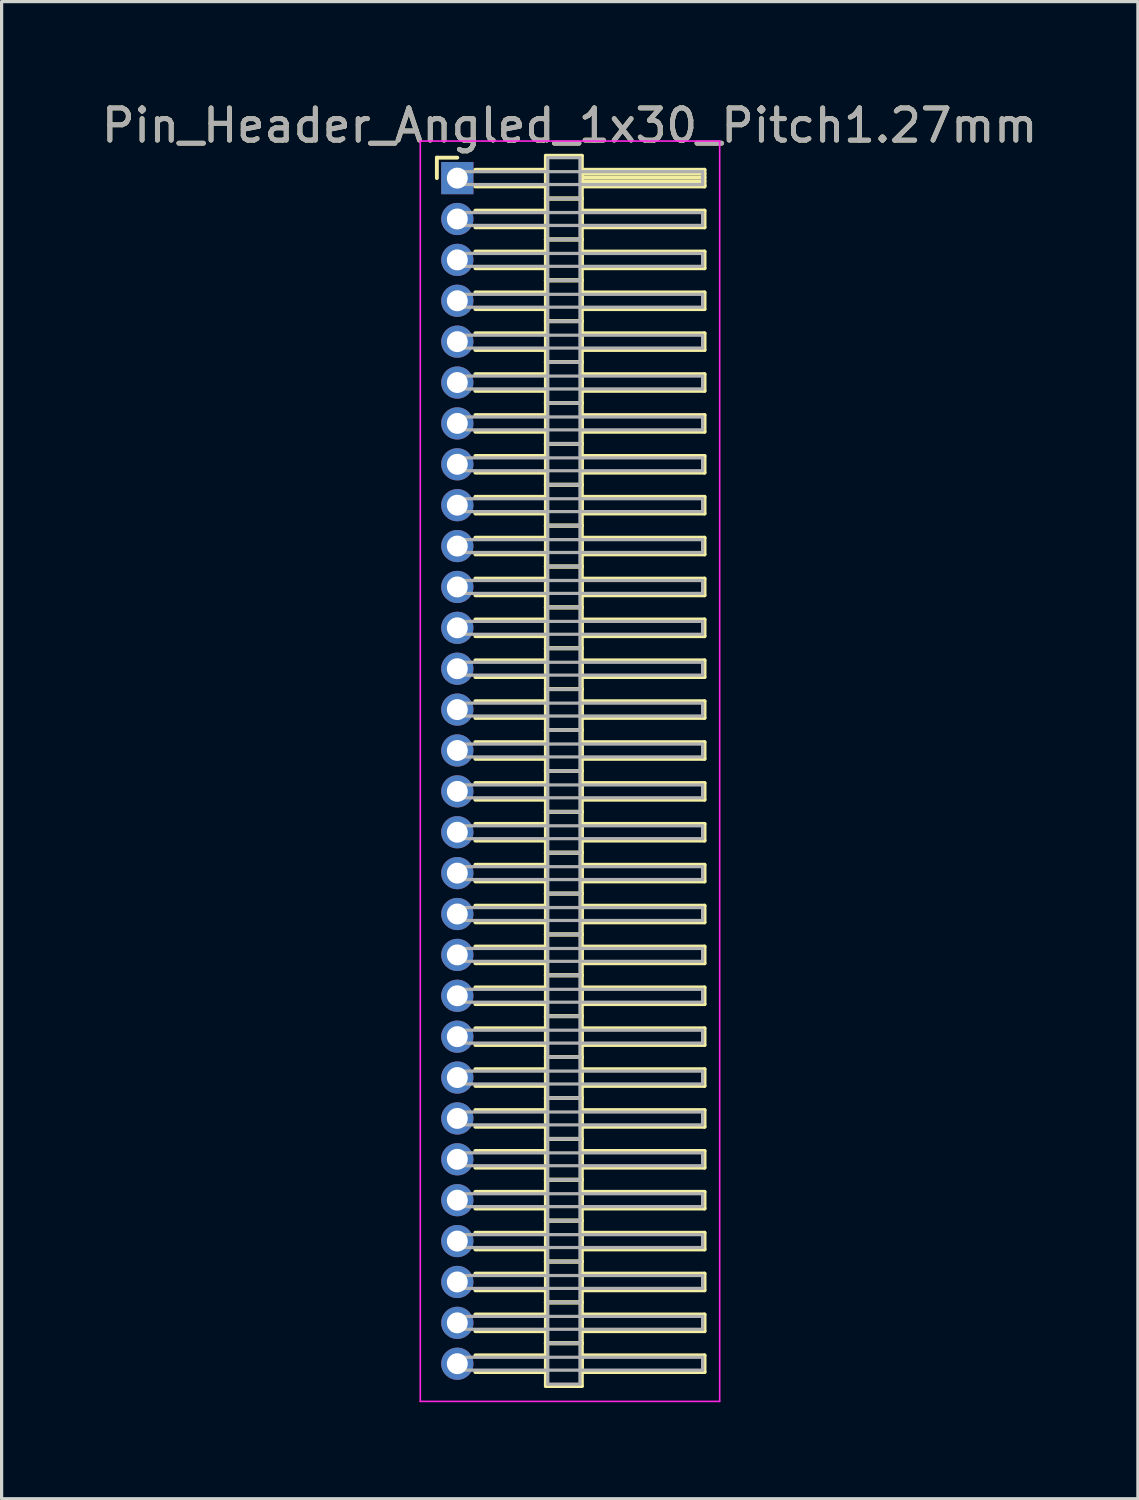
<source format=kicad_pcb>
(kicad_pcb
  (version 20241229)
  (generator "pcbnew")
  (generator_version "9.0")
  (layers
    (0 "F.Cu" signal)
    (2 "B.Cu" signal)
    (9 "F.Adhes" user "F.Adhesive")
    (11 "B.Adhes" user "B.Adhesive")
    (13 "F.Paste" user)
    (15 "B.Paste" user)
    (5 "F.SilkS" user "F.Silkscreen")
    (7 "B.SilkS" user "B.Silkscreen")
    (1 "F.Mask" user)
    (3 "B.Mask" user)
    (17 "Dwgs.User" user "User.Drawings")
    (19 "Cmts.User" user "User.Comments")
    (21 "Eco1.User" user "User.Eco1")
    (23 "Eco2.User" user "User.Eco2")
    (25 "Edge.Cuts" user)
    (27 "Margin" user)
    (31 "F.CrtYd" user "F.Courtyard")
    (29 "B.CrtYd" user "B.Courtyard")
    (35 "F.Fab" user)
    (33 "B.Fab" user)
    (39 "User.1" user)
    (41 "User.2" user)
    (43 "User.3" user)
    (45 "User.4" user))
  (footprint "Pin_Header_Angled_1x30_Pitch1.27mm"
    (layer "F.Cu")
    (at 11.156 2.483)
    (property "Reference" "Pin_Header_Angled_1x30_Pitch1.27mm" (at 3.493 -1.635 0) (layer "F.SilkS") (effects (font (size 1 1) (thickness 0.15))))
    (attr through_hole)
    (fp_line (start -0.635 -0.635) (end 0 -0.635) (stroke (width 0.12) (type solid)) (layer "F.SilkS"))
    (fp_line (start -0.635 0) (end -0.635 -0.635) (stroke (width 0.12) (type solid)) (layer "F.SilkS"))
    (fp_line (start 0.56 -0.26) (end 2.75 -0.26) (stroke (width 0.12) (type solid)) (layer "F.SilkS"))
    (fp_line (start 0.56 0.26) (end 2.75 0.26) (stroke (width 0.12) (type solid)) (layer "F.SilkS"))
    (fp_line (start 0.56 1.01) (end 2.75 1.01) (stroke (width 0.12) (type solid)) (layer "F.SilkS"))
    (fp_line (start 0.56 1.53) (end 2.75 1.53) (stroke (width 0.12) (type solid)) (layer "F.SilkS"))
    (fp_line (start 0.56 2.28) (end 2.75 2.28) (stroke (width 0.12) (type solid)) (layer "F.SilkS"))
    (fp_line (start 0.56 2.8) (end 2.75 2.8) (stroke (width 0.12) (type solid)) (layer "F.SilkS"))
    (fp_line (start 0.56 3.55) (end 2.75 3.55) (stroke (width 0.12) (type solid)) (layer "F.SilkS"))
    (fp_line (start 0.56 4.07) (end 2.75 4.07) (stroke (width 0.12) (type solid)) (layer "F.SilkS"))
    (fp_line (start 0.56 4.82) (end 2.75 4.82) (stroke (width 0.12) (type solid)) (layer "F.SilkS"))
    (fp_line (start 0.56 5.34) (end 2.75 5.34) (stroke (width 0.12) (type solid)) (layer "F.SilkS"))
    (fp_line (start 0.56 6.09) (end 2.75 6.09) (stroke (width 0.12) (type solid)) (layer "F.SilkS"))
    (fp_line (start 0.56 6.61) (end 2.75 6.61) (stroke (width 0.12) (type solid)) (layer "F.SilkS"))
    (fp_line (start 0.56 7.36) (end 2.75 7.36) (stroke (width 0.12) (type solid)) (layer "F.SilkS"))
    (fp_line (start 0.56 7.88) (end 2.75 7.88) (stroke (width 0.12) (type solid)) (layer "F.SilkS"))
    (fp_line (start 0.56 8.63) (end 2.75 8.63) (stroke (width 0.12) (type solid)) (layer "F.SilkS"))
    (fp_line (start 0.56 9.15) (end 2.75 9.15) (stroke (width 0.12) (type solid)) (layer "F.SilkS"))
    (fp_line (start 0.56 9.9) (end 2.75 9.9) (stroke (width 0.12) (type solid)) (layer "F.SilkS"))
    (fp_line (start 0.56 10.42) (end 2.75 10.42) (stroke (width 0.12) (type solid)) (layer "F.SilkS"))
    (fp_line (start 0.56 11.17) (end 2.75 11.17) (stroke (width 0.12) (type solid)) (layer "F.SilkS"))
    (fp_line (start 0.56 11.69) (end 2.75 11.69) (stroke (width 0.12) (type solid)) (layer "F.SilkS"))
    (fp_line (start 0.56 12.44) (end 2.75 12.44) (stroke (width 0.12) (type solid)) (layer "F.SilkS"))
    (fp_line (start 0.56 12.96) (end 2.75 12.96) (stroke (width 0.12) (type solid)) (layer "F.SilkS"))
    (fp_line (start 0.56 13.71) (end 2.75 13.71) (stroke (width 0.12) (type solid)) (layer "F.SilkS"))
    (fp_line (start 0.56 14.23) (end 2.75 14.23) (stroke (width 0.12) (type solid)) (layer "F.SilkS"))
    (fp_line (start 0.56 14.98) (end 2.75 14.98) (stroke (width 0.12) (type solid)) (layer "F.SilkS"))
    (fp_line (start 0.56 15.5) (end 2.75 15.5) (stroke (width 0.12) (type solid)) (layer "F.SilkS"))
    (fp_line (start 0.56 16.25) (end 2.75 16.25) (stroke (width 0.12) (type solid)) (layer "F.SilkS"))
    (fp_line (start 0.56 16.77) (end 2.75 16.77) (stroke (width 0.12) (type solid)) (layer "F.SilkS"))
    (fp_line (start 0.56 17.52) (end 2.75 17.52) (stroke (width 0.12) (type solid)) (layer "F.SilkS"))
    (fp_line (start 0.56 18.04) (end 2.75 18.04) (stroke (width 0.12) (type solid)) (layer "F.SilkS"))
    (fp_line (start 0.56 18.79) (end 2.75 18.79) (stroke (width 0.12) (type solid)) (layer "F.SilkS"))
    (fp_line (start 0.56 19.31) (end 2.75 19.31) (stroke (width 0.12) (type solid)) (layer "F.SilkS"))
    (fp_line (start 0.56 20.06) (end 2.75 20.06) (stroke (width 0.12) (type solid)) (layer "F.SilkS"))
    (fp_line (start 0.56 20.58) (end 2.75 20.58) (stroke (width 0.12) (type solid)) (layer "F.SilkS"))
    (fp_line (start 0.56 21.33) (end 2.75 21.33) (stroke (width 0.12) (type solid)) (layer "F.SilkS"))
    (fp_line (start 0.56 21.85) (end 2.75 21.85) (stroke (width 0.12) (type solid)) (layer "F.SilkS"))
    (fp_line (start 0.56 22.6) (end 2.75 22.6) (stroke (width 0.12) (type solid)) (layer "F.SilkS"))
    (fp_line (start 0.56 23.12) (end 2.75 23.12) (stroke (width 0.12) (type solid)) (layer "F.SilkS"))
    (fp_line (start 0.56 23.87) (end 2.75 23.87) (stroke (width 0.12) (type solid)) (layer "F.SilkS"))
    (fp_line (start 0.56 24.39) (end 2.75 24.39) (stroke (width 0.12) (type solid)) (layer "F.SilkS"))
    (fp_line (start 0.56 25.14) (end 2.75 25.14) (stroke (width 0.12) (type solid)) (layer "F.SilkS"))
    (fp_line (start 0.56 25.66) (end 2.75 25.66) (stroke (width 0.12) (type solid)) (layer "F.SilkS"))
    (fp_line (start 0.56 26.41) (end 2.75 26.41) (stroke (width 0.12) (type solid)) (layer "F.SilkS"))
    (fp_line (start 0.56 26.93) (end 2.75 26.93) (stroke (width 0.12) (type solid)) (layer "F.SilkS"))
    (fp_line (start 0.56 27.68) (end 2.75 27.68) (stroke (width 0.12) (type solid)) (layer "F.SilkS"))
    (fp_line (start 0.56 28.2) (end 2.75 28.2) (stroke (width 0.12) (type solid)) (layer "F.SilkS"))
    (fp_line (start 0.56 28.95) (end 2.75 28.95) (stroke (width 0.12) (type solid)) (layer "F.SilkS"))
    (fp_line (start 0.56 29.47) (end 2.75 29.47) (stroke (width 0.12) (type solid)) (layer "F.SilkS"))
    (fp_line (start 0.56 30.22) (end 2.75 30.22) (stroke (width 0.12) (type solid)) (layer "F.SilkS"))
    (fp_line (start 0.56 30.74) (end 2.75 30.74) (stroke (width 0.12) (type solid)) (layer "F.SilkS"))
    (fp_line (start 0.56 31.49) (end 2.75 31.49) (stroke (width 0.12) (type solid)) (layer "F.SilkS"))
    (fp_line (start 0.56 32.01) (end 2.75 32.01) (stroke (width 0.12) (type solid)) (layer "F.SilkS"))
    (fp_line (start 0.56 32.76) (end 2.75 32.76) (stroke (width 0.12) (type solid)) (layer "F.SilkS"))
    (fp_line (start 0.56 33.28) (end 2.75 33.28) (stroke (width 0.12) (type solid)) (layer "F.SilkS"))
    (fp_line (start 0.56 34.03) (end 2.75 34.03) (stroke (width 0.12) (type solid)) (layer "F.SilkS"))
    (fp_line (start 0.56 34.55) (end 2.75 34.55) (stroke (width 0.12) (type solid)) (layer "F.SilkS"))
    (fp_line (start 0.56 35.3) (end 2.75 35.3) (stroke (width 0.12) (type solid)) (layer "F.SilkS"))
    (fp_line (start 0.56 35.82) (end 2.75 35.82) (stroke (width 0.12) (type solid)) (layer "F.SilkS"))
    (fp_line (start 0.56 36.57) (end 2.75 36.57) (stroke (width 0.12) (type solid)) (layer "F.SilkS"))
    (fp_line (start 0.56 37.09) (end 2.75 37.09) (stroke (width 0.12) (type solid)) (layer "F.SilkS"))
    (fp_line (start 2.75 -0.695) (end 2.75 0.635) (stroke (width 0.12) (type solid)) (layer "F.SilkS"))
    (fp_line (start 2.75 0.635) (end 2.75 1.905) (stroke (width 0.12) (type solid)) (layer "F.SilkS"))
    (fp_line (start 2.75 0.635) (end 3.87 0.635) (stroke (width 0.12) (type solid)) (layer "F.SilkS"))
    (fp_line (start 2.75 1.905) (end 2.75 3.175) (stroke (width 0.12) (type solid)) (layer "F.SilkS"))
    (fp_line (start 2.75 1.905) (end 3.87 1.905) (stroke (width 0.12) (type solid)) (layer "F.SilkS"))
    (fp_line (start 2.75 3.175) (end 2.75 4.445) (stroke (width 0.12) (type solid)) (layer "F.SilkS"))
    (fp_line (start 2.75 3.175) (end 3.87 3.175) (stroke (width 0.12) (type solid)) (layer "F.SilkS"))
    (fp_line (start 2.75 4.445) (end 2.75 5.715) (stroke (width 0.12) (type solid)) (layer "F.SilkS"))
    (fp_line (start 2.75 4.445) (end 3.87 4.445) (stroke (width 0.12) (type solid)) (layer "F.SilkS"))
    (fp_line (start 2.75 5.715) (end 2.75 6.985) (stroke (width 0.12) (type solid)) (layer "F.SilkS"))
    (fp_line (start 2.75 5.715) (end 3.87 5.715) (stroke (width 0.12) (type solid)) (layer "F.SilkS"))
    (fp_line (start 2.75 6.985) (end 2.75 8.255) (stroke (width 0.12) (type solid)) (layer "F.SilkS"))
    (fp_line (start 2.75 6.985) (end 3.87 6.985) (stroke (width 0.12) (type solid)) (layer "F.SilkS"))
    (fp_line (start 2.75 8.255) (end 2.75 9.525) (stroke (width 0.12) (type solid)) (layer "F.SilkS"))
    (fp_line (start 2.75 8.255) (end 3.87 8.255) (stroke (width 0.12) (type solid)) (layer "F.SilkS"))
    (fp_line (start 2.75 9.525) (end 2.75 10.795) (stroke (width 0.12) (type solid)) (layer "F.SilkS"))
    (fp_line (start 2.75 9.525) (end 3.87 9.525) (stroke (width 0.12) (type solid)) (layer "F.SilkS"))
    (fp_line (start 2.75 10.795) (end 2.75 12.065) (stroke (width 0.12) (type solid)) (layer "F.SilkS"))
    (fp_line (start 2.75 10.795) (end 3.87 10.795) (stroke (width 0.12) (type solid)) (layer "F.SilkS"))
    (fp_line (start 2.75 12.065) (end 2.75 13.335) (stroke (width 0.12) (type solid)) (layer "F.SilkS"))
    (fp_line (start 2.75 12.065) (end 3.87 12.065) (stroke (width 0.12) (type solid)) (layer "F.SilkS"))
    (fp_line (start 2.75 13.335) (end 2.75 14.605) (stroke (width 0.12) (type solid)) (layer "F.SilkS"))
    (fp_line (start 2.75 13.335) (end 3.87 13.335) (stroke (width 0.12) (type solid)) (layer "F.SilkS"))
    (fp_line (start 2.75 14.605) (end 2.75 15.875) (stroke (width 0.12) (type solid)) (layer "F.SilkS"))
    (fp_line (start 2.75 14.605) (end 3.87 14.605) (stroke (width 0.12) (type solid)) (layer "F.SilkS"))
    (fp_line (start 2.75 15.875) (end 2.75 17.145) (stroke (width 0.12) (type solid)) (layer "F.SilkS"))
    (fp_line (start 2.75 15.875) (end 3.87 15.875) (stroke (width 0.12) (type solid)) (layer "F.SilkS"))
    (fp_line (start 2.75 17.145) (end 2.75 18.415) (stroke (width 0.12) (type solid)) (layer "F.SilkS"))
    (fp_line (start 2.75 17.145) (end 3.87 17.145) (stroke (width 0.12) (type solid)) (layer "F.SilkS"))
    (fp_line (start 2.75 18.415) (end 2.75 19.685) (stroke (width 0.12) (type solid)) (layer "F.SilkS"))
    (fp_line (start 2.75 18.415) (end 3.87 18.415) (stroke (width 0.12) (type solid)) (layer "F.SilkS"))
    (fp_line (start 2.75 19.685) (end 2.75 20.955) (stroke (width 0.12) (type solid)) (layer "F.SilkS"))
    (fp_line (start 2.75 19.685) (end 3.87 19.685) (stroke (width 0.12) (type solid)) (layer "F.SilkS"))
    (fp_line (start 2.75 20.955) (end 2.75 22.225) (stroke (width 0.12) (type solid)) (layer "F.SilkS"))
    (fp_line (start 2.75 20.955) (end 3.87 20.955) (stroke (width 0.12) (type solid)) (layer "F.SilkS"))
    (fp_line (start 2.75 22.225) (end 2.75 23.495) (stroke (width 0.12) (type solid)) (layer "F.SilkS"))
    (fp_line (start 2.75 22.225) (end 3.87 22.225) (stroke (width 0.12) (type solid)) (layer "F.SilkS"))
    (fp_line (start 2.75 23.495) (end 2.75 24.765) (stroke (width 0.12) (type solid)) (layer "F.SilkS"))
    (fp_line (start 2.75 23.495) (end 3.87 23.495) (stroke (width 0.12) (type solid)) (layer "F.SilkS"))
    (fp_line (start 2.75 24.765) (end 2.75 26.035) (stroke (width 0.12) (type solid)) (layer "F.SilkS"))
    (fp_line (start 2.75 24.765) (end 3.87 24.765) (stroke (width 0.12) (type solid)) (layer "F.SilkS"))
    (fp_line (start 2.75 26.035) (end 2.75 27.305) (stroke (width 0.12) (type solid)) (layer "F.SilkS"))
    (fp_line (start 2.75 26.035) (end 3.87 26.035) (stroke (width 0.12) (type solid)) (layer "F.SilkS"))
    (fp_line (start 2.75 27.305) (end 2.75 28.575) (stroke (width 0.12) (type solid)) (layer "F.SilkS"))
    (fp_line (start 2.75 27.305) (end 3.87 27.305) (stroke (width 0.12) (type solid)) (layer "F.SilkS"))
    (fp_line (start 2.75 28.575) (end 2.75 29.845) (stroke (width 0.12) (type solid)) (layer "F.SilkS"))
    (fp_line (start 2.75 28.575) (end 3.87 28.575) (stroke (width 0.12) (type solid)) (layer "F.SilkS"))
    (fp_line (start 2.75 29.845) (end 2.75 31.115) (stroke (width 0.12) (type solid)) (layer "F.SilkS"))
    (fp_line (start 2.75 29.845) (end 3.87 29.845) (stroke (width 0.12) (type solid)) (layer "F.SilkS"))
    (fp_line (start 2.75 31.115) (end 2.75 32.385) (stroke (width 0.12) (type solid)) (layer "F.SilkS"))
    (fp_line (start 2.75 31.115) (end 3.87 31.115) (stroke (width 0.12) (type solid)) (layer "F.SilkS"))
    (fp_line (start 2.75 32.385) (end 2.75 33.655) (stroke (width 0.12) (type solid)) (layer "F.SilkS"))
    (fp_line (start 2.75 32.385) (end 3.87 32.385) (stroke (width 0.12) (type solid)) (layer "F.SilkS"))
    (fp_line (start 2.75 33.655) (end 2.75 34.925) (stroke (width 0.12) (type solid)) (layer "F.SilkS"))
    (fp_line (start 2.75 33.655) (end 3.87 33.655) (stroke (width 0.12) (type solid)) (layer "F.SilkS"))
    (fp_line (start 2.75 34.925) (end 2.75 36.195) (stroke (width 0.12) (type solid)) (layer "F.SilkS"))
    (fp_line (start 2.75 34.925) (end 3.87 34.925) (stroke (width 0.12) (type solid)) (layer "F.SilkS"))
    (fp_line (start 2.75 36.195) (end 2.75 37.525) (stroke (width 0.12) (type solid)) (layer "F.SilkS"))
    (fp_line (start 2.75 36.195) (end 3.87 36.195) (stroke (width 0.12) (type solid)) (layer "F.SilkS"))
    (fp_line (start 2.75 37.525) (end 3.87 37.525) (stroke (width 0.12) (type solid)) (layer "F.SilkS"))
    (fp_line (start 3.87 -0.695) (end 2.75 -0.695) (stroke (width 0.12) (type solid)) (layer "F.SilkS"))
    (fp_line (start 3.87 -0.26) (end 3.87 0.26) (stroke (width 0.12) (type solid)) (layer "F.SilkS"))
    (fp_line (start 3.87 -0.14) (end 7.68 -0.14) (stroke (width 0.12) (type solid)) (layer "F.SilkS"))
    (fp_line (start 3.87 -0.02) (end 7.68 -0.02) (stroke (width 0.12) (type solid)) (layer "F.SilkS"))
    (fp_line (start 3.87 0.1) (end 7.68 0.1) (stroke (width 0.12) (type solid)) (layer "F.SilkS"))
    (fp_line (start 3.87 0.22) (end 7.68 0.22) (stroke (width 0.12) (type solid)) (layer "F.SilkS"))
    (fp_line (start 3.87 0.26) (end 7.68 0.26) (stroke (width 0.12) (type solid)) (layer "F.SilkS"))
    (fp_line (start 3.87 0.635) (end 2.75 0.635) (stroke (width 0.12) (type solid)) (layer "F.SilkS"))
    (fp_line (start 3.87 0.635) (end 3.87 -0.695) (stroke (width 0.12) (type solid)) (layer "F.SilkS"))
    (fp_line (start 3.87 1.01) (end 3.87 1.53) (stroke (width 0.12) (type solid)) (layer "F.SilkS"))
    (fp_line (start 3.87 1.53) (end 7.68 1.53) (stroke (width 0.12) (type solid)) (layer "F.SilkS"))
    (fp_line (start 3.87 1.905) (end 2.75 1.905) (stroke (width 0.12) (type solid)) (layer "F.SilkS"))
    (fp_line (start 3.87 1.905) (end 3.87 0.635) (stroke (width 0.12) (type solid)) (layer "F.SilkS"))
    (fp_line (start 3.87 2.28) (end 3.87 2.8) (stroke (width 0.12) (type solid)) (layer "F.SilkS"))
    (fp_line (start 3.87 2.8) (end 7.68 2.8) (stroke (width 0.12) (type solid)) (layer "F.SilkS"))
    (fp_line (start 3.87 3.175) (end 2.75 3.175) (stroke (width 0.12) (type solid)) (layer "F.SilkS"))
    (fp_line (start 3.87 3.175) (end 3.87 1.905) (stroke (width 0.12) (type solid)) (layer "F.SilkS"))
    (fp_line (start 3.87 3.55) (end 3.87 4.07) (stroke (width 0.12) (type solid)) (layer "F.SilkS"))
    (fp_line (start 3.87 4.07) (end 7.68 4.07) (stroke (width 0.12) (type solid)) (layer "F.SilkS"))
    (fp_line (start 3.87 4.445) (end 2.75 4.445) (stroke (width 0.12) (type solid)) (layer "F.SilkS"))
    (fp_line (start 3.87 4.445) (end 3.87 3.175) (stroke (width 0.12) (type solid)) (layer "F.SilkS"))
    (fp_line (start 3.87 4.82) (end 3.87 5.34) (stroke (width 0.12) (type solid)) (layer "F.SilkS"))
    (fp_line (start 3.87 5.34) (end 7.68 5.34) (stroke (width 0.12) (type solid)) (layer "F.SilkS"))
    (fp_line (start 3.87 5.715) (end 2.75 5.715) (stroke (width 0.12) (type solid)) (layer "F.SilkS"))
    (fp_line (start 3.87 5.715) (end 3.87 4.445) (stroke (width 0.12) (type solid)) (layer "F.SilkS"))
    (fp_line (start 3.87 6.09) (end 3.87 6.61) (stroke (width 0.12) (type solid)) (layer "F.SilkS"))
    (fp_line (start 3.87 6.61) (end 7.68 6.61) (stroke (width 0.12) (type solid)) (layer "F.SilkS"))
    (fp_line (start 3.87 6.985) (end 2.75 6.985) (stroke (width 0.12) (type solid)) (layer "F.SilkS"))
    (fp_line (start 3.87 6.985) (end 3.87 5.715) (stroke (width 0.12) (type solid)) (layer "F.SilkS"))
    (fp_line (start 3.87 7.36) (end 3.87 7.88) (stroke (width 0.12) (type solid)) (layer "F.SilkS"))
    (fp_line (start 3.87 7.88) (end 7.68 7.88) (stroke (width 0.12) (type solid)) (layer "F.SilkS"))
    (fp_line (start 3.87 8.255) (end 2.75 8.255) (stroke (width 0.12) (type solid)) (layer "F.SilkS"))
    (fp_line (start 3.87 8.255) (end 3.87 6.985) (stroke (width 0.12) (type solid)) (layer "F.SilkS"))
    (fp_line (start 3.87 8.63) (end 3.87 9.15) (stroke (width 0.12) (type solid)) (layer "F.SilkS"))
    (fp_line (start 3.87 9.15) (end 7.68 9.15) (stroke (width 0.12) (type solid)) (layer "F.SilkS"))
    (fp_line (start 3.87 9.525) (end 2.75 9.525) (stroke (width 0.12) (type solid)) (layer "F.SilkS"))
    (fp_line (start 3.87 9.525) (end 3.87 8.255) (stroke (width 0.12) (type solid)) (layer "F.SilkS"))
    (fp_line (start 3.87 9.9) (end 3.87 10.42) (stroke (width 0.12) (type solid)) (layer "F.SilkS"))
    (fp_line (start 3.87 10.42) (end 7.68 10.42) (stroke (width 0.12) (type solid)) (layer "F.SilkS"))
    (fp_line (start 3.87 10.795) (end 2.75 10.795) (stroke (width 0.12) (type solid)) (layer "F.SilkS"))
    (fp_line (start 3.87 10.795) (end 3.87 9.525) (stroke (width 0.12) (type solid)) (layer "F.SilkS"))
    (fp_line (start 3.87 11.17) (end 3.87 11.69) (stroke (width 0.12) (type solid)) (layer "F.SilkS"))
    (fp_line (start 3.87 11.69) (end 7.68 11.69) (stroke (width 0.12) (type solid)) (layer "F.SilkS"))
    (fp_line (start 3.87 12.065) (end 2.75 12.065) (stroke (width 0.12) (type solid)) (layer "F.SilkS"))
    (fp_line (start 3.87 12.065) (end 3.87 10.795) (stroke (width 0.12) (type solid)) (layer "F.SilkS"))
    (fp_line (start 3.87 12.44) (end 3.87 12.96) (stroke (width 0.12) (type solid)) (layer "F.SilkS"))
    (fp_line (start 3.87 12.96) (end 7.68 12.96) (stroke (width 0.12) (type solid)) (layer "F.SilkS"))
    (fp_line (start 3.87 13.335) (end 2.75 13.335) (stroke (width 0.12) (type solid)) (layer "F.SilkS"))
    (fp_line (start 3.87 13.335) (end 3.87 12.065) (stroke (width 0.12) (type solid)) (layer "F.SilkS"))
    (fp_line (start 3.87 13.71) (end 3.87 14.23) (stroke (width 0.12) (type solid)) (layer "F.SilkS"))
    (fp_line (start 3.87 14.23) (end 7.68 14.23) (stroke (width 0.12) (type solid)) (layer "F.SilkS"))
    (fp_line (start 3.87 14.605) (end 2.75 14.605) (stroke (width 0.12) (type solid)) (layer "F.SilkS"))
    (fp_line (start 3.87 14.605) (end 3.87 13.335) (stroke (width 0.12) (type solid)) (layer "F.SilkS"))
    (fp_line (start 3.87 14.98) (end 3.87 15.5) (stroke (width 0.12) (type solid)) (layer "F.SilkS"))
    (fp_line (start 3.87 15.5) (end 7.68 15.5) (stroke (width 0.12) (type solid)) (layer "F.SilkS"))
    (fp_line (start 3.87 15.875) (end 2.75 15.875) (stroke (width 0.12) (type solid)) (layer "F.SilkS"))
    (fp_line (start 3.87 15.875) (end 3.87 14.605) (stroke (width 0.12) (type solid)) (layer "F.SilkS"))
    (fp_line (start 3.87 16.25) (end 3.87 16.77) (stroke (width 0.12) (type solid)) (layer "F.SilkS"))
    (fp_line (start 3.87 16.77) (end 7.68 16.77) (stroke (width 0.12) (type solid)) (layer "F.SilkS"))
    (fp_line (start 3.87 17.145) (end 2.75 17.145) (stroke (width 0.12) (type solid)) (layer "F.SilkS"))
    (fp_line (start 3.87 17.145) (end 3.87 15.875) (stroke (width 0.12) (type solid)) (layer "F.SilkS"))
    (fp_line (start 3.87 17.52) (end 3.87 18.04) (stroke (width 0.12) (type solid)) (layer "F.SilkS"))
    (fp_line (start 3.87 18.04) (end 7.68 18.04) (stroke (width 0.12) (type solid)) (layer "F.SilkS"))
    (fp_line (start 3.87 18.415) (end 2.75 18.415) (stroke (width 0.12) (type solid)) (layer "F.SilkS"))
    (fp_line (start 3.87 18.415) (end 3.87 17.145) (stroke (width 0.12) (type solid)) (layer "F.SilkS"))
    (fp_line (start 3.87 18.79) (end 3.87 19.31) (stroke (width 0.12) (type solid)) (layer "F.SilkS"))
    (fp_line (start 3.87 19.31) (end 7.68 19.31) (stroke (width 0.12) (type solid)) (layer "F.SilkS"))
    (fp_line (start 3.87 19.685) (end 2.75 19.685) (stroke (width 0.12) (type solid)) (layer "F.SilkS"))
    (fp_line (start 3.87 19.685) (end 3.87 18.415) (stroke (width 0.12) (type solid)) (layer "F.SilkS"))
    (fp_line (start 3.87 20.06) (end 3.87 20.58) (stroke (width 0.12) (type solid)) (layer "F.SilkS"))
    (fp_line (start 3.87 20.58) (end 7.68 20.58) (stroke (width 0.12) (type solid)) (layer "F.SilkS"))
    (fp_line (start 3.87 20.955) (end 2.75 20.955) (stroke (width 0.12) (type solid)) (layer "F.SilkS"))
    (fp_line (start 3.87 20.955) (end 3.87 19.685) (stroke (width 0.12) (type solid)) (layer "F.SilkS"))
    (fp_line (start 3.87 21.33) (end 3.87 21.85) (stroke (width 0.12) (type solid)) (layer "F.SilkS"))
    (fp_line (start 3.87 21.85) (end 7.68 21.85) (stroke (width 0.12) (type solid)) (layer "F.SilkS"))
    (fp_line (start 3.87 22.225) (end 2.75 22.225) (stroke (width 0.12) (type solid)) (layer "F.SilkS"))
    (fp_line (start 3.87 22.225) (end 3.87 20.955) (stroke (width 0.12) (type solid)) (layer "F.SilkS"))
    (fp_line (start 3.87 22.6) (end 3.87 23.12) (stroke (width 0.12) (type solid)) (layer "F.SilkS"))
    (fp_line (start 3.87 23.12) (end 7.68 23.12) (stroke (width 0.12) (type solid)) (layer "F.SilkS"))
    (fp_line (start 3.87 23.495) (end 2.75 23.495) (stroke (width 0.12) (type solid)) (layer "F.SilkS"))
    (fp_line (start 3.87 23.495) (end 3.87 22.225) (stroke (width 0.12) (type solid)) (layer "F.SilkS"))
    (fp_line (start 3.87 23.87) (end 3.87 24.39) (stroke (width 0.12) (type solid)) (layer "F.SilkS"))
    (fp_line (start 3.87 24.39) (end 7.68 24.39) (stroke (width 0.12) (type solid)) (layer "F.SilkS"))
    (fp_line (start 3.87 24.765) (end 2.75 24.765) (stroke (width 0.12) (type solid)) (layer "F.SilkS"))
    (fp_line (start 3.87 24.765) (end 3.87 23.495) (stroke (width 0.12) (type solid)) (layer "F.SilkS"))
    (fp_line (start 3.87 25.14) (end 3.87 25.66) (stroke (width 0.12) (type solid)) (layer "F.SilkS"))
    (fp_line (start 3.87 25.66) (end 7.68 25.66) (stroke (width 0.12) (type solid)) (layer "F.SilkS"))
    (fp_line (start 3.87 26.035) (end 2.75 26.035) (stroke (width 0.12) (type solid)) (layer "F.SilkS"))
    (fp_line (start 3.87 26.035) (end 3.87 24.765) (stroke (width 0.12) (type solid)) (layer "F.SilkS"))
    (fp_line (start 3.87 26.41) (end 3.87 26.93) (stroke (width 0.12) (type solid)) (layer "F.SilkS"))
    (fp_line (start 3.87 26.93) (end 7.68 26.93) (stroke (width 0.12) (type solid)) (layer "F.SilkS"))
    (fp_line (start 3.87 27.305) (end 2.75 27.305) (stroke (width 0.12) (type solid)) (layer "F.SilkS"))
    (fp_line (start 3.87 27.305) (end 3.87 26.035) (stroke (width 0.12) (type solid)) (layer "F.SilkS"))
    (fp_line (start 3.87 27.68) (end 3.87 28.2) (stroke (width 0.12) (type solid)) (layer "F.SilkS"))
    (fp_line (start 3.87 28.2) (end 7.68 28.2) (stroke (width 0.12) (type solid)) (layer "F.SilkS"))
    (fp_line (start 3.87 28.575) (end 2.75 28.575) (stroke (width 0.12) (type solid)) (layer "F.SilkS"))
    (fp_line (start 3.87 28.575) (end 3.87 27.305) (stroke (width 0.12) (type solid)) (layer "F.SilkS"))
    (fp_line (start 3.87 28.95) (end 3.87 29.47) (stroke (width 0.12) (type solid)) (layer "F.SilkS"))
    (fp_line (start 3.87 29.47) (end 7.68 29.47) (stroke (width 0.12) (type solid)) (layer "F.SilkS"))
    (fp_line (start 3.87 29.845) (end 2.75 29.845) (stroke (width 0.12) (type solid)) (layer "F.SilkS"))
    (fp_line (start 3.87 29.845) (end 3.87 28.575) (stroke (width 0.12) (type solid)) (layer "F.SilkS"))
    (fp_line (start 3.87 30.22) (end 3.87 30.74) (stroke (width 0.12) (type solid)) (layer "F.SilkS"))
    (fp_line (start 3.87 30.74) (end 7.68 30.74) (stroke (width 0.12) (type solid)) (layer "F.SilkS"))
    (fp_line (start 3.87 31.115) (end 2.75 31.115) (stroke (width 0.12) (type solid)) (layer "F.SilkS"))
    (fp_line (start 3.87 31.115) (end 3.87 29.845) (stroke (width 0.12) (type solid)) (layer "F.SilkS"))
    (fp_line (start 3.87 31.49) (end 3.87 32.01) (stroke (width 0.12) (type solid)) (layer "F.SilkS"))
    (fp_line (start 3.87 32.01) (end 7.68 32.01) (stroke (width 0.12) (type solid)) (layer "F.SilkS"))
    (fp_line (start 3.87 32.385) (end 2.75 32.385) (stroke (width 0.12) (type solid)) (layer "F.SilkS"))
    (fp_line (start 3.87 32.385) (end 3.87 31.115) (stroke (width 0.12) (type solid)) (layer "F.SilkS"))
    (fp_line (start 3.87 32.76) (end 3.87 33.28) (stroke (width 0.12) (type solid)) (layer "F.SilkS"))
    (fp_line (start 3.87 33.28) (end 7.68 33.28) (stroke (width 0.12) (type solid)) (layer "F.SilkS"))
    (fp_line (start 3.87 33.655) (end 2.75 33.655) (stroke (width 0.12) (type solid)) (layer "F.SilkS"))
    (fp_line (start 3.87 33.655) (end 3.87 32.385) (stroke (width 0.12) (type solid)) (layer "F.SilkS"))
    (fp_line (start 3.87 34.03) (end 3.87 34.55) (stroke (width 0.12) (type solid)) (layer "F.SilkS"))
    (fp_line (start 3.87 34.55) (end 7.68 34.55) (stroke (width 0.12) (type solid)) (layer "F.SilkS"))
    (fp_line (start 3.87 34.925) (end 2.75 34.925) (stroke (width 0.12) (type solid)) (layer "F.SilkS"))
    (fp_line (start 3.87 34.925) (end 3.87 33.655) (stroke (width 0.12) (type solid)) (layer "F.SilkS"))
    (fp_line (start 3.87 35.3) (end 3.87 35.82) (stroke (width 0.12) (type solid)) (layer "F.SilkS"))
    (fp_line (start 3.87 35.82) (end 7.68 35.82) (stroke (width 0.12) (type solid)) (layer "F.SilkS"))
    (fp_line (start 3.87 36.195) (end 2.75 36.195) (stroke (width 0.12) (type solid)) (layer "F.SilkS"))
    (fp_line (start 3.87 36.195) (end 3.87 34.925) (stroke (width 0.12) (type solid)) (layer "F.SilkS"))
    (fp_line (start 3.87 36.57) (end 3.87 37.09) (stroke (width 0.12) (type solid)) (layer "F.SilkS"))
    (fp_line (start 3.87 37.09) (end 7.68 37.09) (stroke (width 0.12) (type solid)) (layer "F.SilkS"))
    (fp_line (start 3.87 37.525) (end 3.87 36.195) (stroke (width 0.12) (type solid)) (layer "F.SilkS"))
    (fp_line (start 7.68 -0.26) (end 3.87 -0.26) (stroke (width 0.12) (type solid)) (layer "F.SilkS"))
    (fp_line (start 7.68 0.26) (end 7.68 -0.26) (stroke (width 0.12) (type solid)) (layer "F.SilkS"))
    (fp_line (start 7.68 1.01) (end 3.87 1.01) (stroke (width 0.12) (type solid)) (layer "F.SilkS"))
    (fp_line (start 7.68 1.53) (end 7.68 1.01) (stroke (width 0.12) (type solid)) (layer "F.SilkS"))
    (fp_line (start 7.68 2.28) (end 3.87 2.28) (stroke (width 0.12) (type solid)) (layer "F.SilkS"))
    (fp_line (start 7.68 2.8) (end 7.68 2.28) (stroke (width 0.12) (type solid)) (layer "F.SilkS"))
    (fp_line (start 7.68 3.55) (end 3.87 3.55) (stroke (width 0.12) (type solid)) (layer "F.SilkS"))
    (fp_line (start 7.68 4.07) (end 7.68 3.55) (stroke (width 0.12) (type solid)) (layer "F.SilkS"))
    (fp_line (start 7.68 4.82) (end 3.87 4.82) (stroke (width 0.12) (type solid)) (layer "F.SilkS"))
    (fp_line (start 7.68 5.34) (end 7.68 4.82) (stroke (width 0.12) (type solid)) (layer "F.SilkS"))
    (fp_line (start 7.68 6.09) (end 3.87 6.09) (stroke (width 0.12) (type solid)) (layer "F.SilkS"))
    (fp_line (start 7.68 6.61) (end 7.68 6.09) (stroke (width 0.12) (type solid)) (layer "F.SilkS"))
    (fp_line (start 7.68 7.36) (end 3.87 7.36) (stroke (width 0.12) (type solid)) (layer "F.SilkS"))
    (fp_line (start 7.68 7.88) (end 7.68 7.36) (stroke (width 0.12) (type solid)) (layer "F.SilkS"))
    (fp_line (start 7.68 8.63) (end 3.87 8.63) (stroke (width 0.12) (type solid)) (layer "F.SilkS"))
    (fp_line (start 7.68 9.15) (end 7.68 8.63) (stroke (width 0.12) (type solid)) (layer "F.SilkS"))
    (fp_line (start 7.68 9.9) (end 3.87 9.9) (stroke (width 0.12) (type solid)) (layer "F.SilkS"))
    (fp_line (start 7.68 10.42) (end 7.68 9.9) (stroke (width 0.12) (type solid)) (layer "F.SilkS"))
    (fp_line (start 7.68 11.17) (end 3.87 11.17) (stroke (width 0.12) (type solid)) (layer "F.SilkS"))
    (fp_line (start 7.68 11.69) (end 7.68 11.17) (stroke (width 0.12) (type solid)) (layer "F.SilkS"))
    (fp_line (start 7.68 12.44) (end 3.87 12.44) (stroke (width 0.12) (type solid)) (layer "F.SilkS"))
    (fp_line (start 7.68 12.96) (end 7.68 12.44) (stroke (width 0.12) (type solid)) (layer "F.SilkS"))
    (fp_line (start 7.68 13.71) (end 3.87 13.71) (stroke (width 0.12) (type solid)) (layer "F.SilkS"))
    (fp_line (start 7.68 14.23) (end 7.68 13.71) (stroke (width 0.12) (type solid)) (layer "F.SilkS"))
    (fp_line (start 7.68 14.98) (end 3.87 14.98) (stroke (width 0.12) (type solid)) (layer "F.SilkS"))
    (fp_line (start 7.68 15.5) (end 7.68 14.98) (stroke (width 0.12) (type solid)) (layer "F.SilkS"))
    (fp_line (start 7.68 16.25) (end 3.87 16.25) (stroke (width 0.12) (type solid)) (layer "F.SilkS"))
    (fp_line (start 7.68 16.77) (end 7.68 16.25) (stroke (width 0.12) (type solid)) (layer "F.SilkS"))
    (fp_line (start 7.68 17.52) (end 3.87 17.52) (stroke (width 0.12) (type solid)) (layer "F.SilkS"))
    (fp_line (start 7.68 18.04) (end 7.68 17.52) (stroke (width 0.12) (type solid)) (layer "F.SilkS"))
    (fp_line (start 7.68 18.79) (end 3.87 18.79) (stroke (width 0.12) (type solid)) (layer "F.SilkS"))
    (fp_line (start 7.68 19.31) (end 7.68 18.79) (stroke (width 0.12) (type solid)) (layer "F.SilkS"))
    (fp_line (start 7.68 20.06) (end 3.87 20.06) (stroke (width 0.12) (type solid)) (layer "F.SilkS"))
    (fp_line (start 7.68 20.58) (end 7.68 20.06) (stroke (width 0.12) (type solid)) (layer "F.SilkS"))
    (fp_line (start 7.68 21.33) (end 3.87 21.33) (stroke (width 0.12) (type solid)) (layer "F.SilkS"))
    (fp_line (start 7.68 21.85) (end 7.68 21.33) (stroke (width 0.12) (type solid)) (layer "F.SilkS"))
    (fp_line (start 7.68 22.6) (end 3.87 22.6) (stroke (width 0.12) (type solid)) (layer "F.SilkS"))
    (fp_line (start 7.68 23.12) (end 7.68 22.6) (stroke (width 0.12) (type solid)) (layer "F.SilkS"))
    (fp_line (start 7.68 23.87) (end 3.87 23.87) (stroke (width 0.12) (type solid)) (layer "F.SilkS"))
    (fp_line (start 7.68 24.39) (end 7.68 23.87) (stroke (width 0.12) (type solid)) (layer "F.SilkS"))
    (fp_line (start 7.68 25.14) (end 3.87 25.14) (stroke (width 0.12) (type solid)) (layer "F.SilkS"))
    (fp_line (start 7.68 25.66) (end 7.68 25.14) (stroke (width 0.12) (type solid)) (layer "F.SilkS"))
    (fp_line (start 7.68 26.41) (end 3.87 26.41) (stroke (width 0.12) (type solid)) (layer "F.SilkS"))
    (fp_line (start 7.68 26.93) (end 7.68 26.41) (stroke (width 0.12) (type solid)) (layer "F.SilkS"))
    (fp_line (start 7.68 27.68) (end 3.87 27.68) (stroke (width 0.12) (type solid)) (layer "F.SilkS"))
    (fp_line (start 7.68 28.2) (end 7.68 27.68) (stroke (width 0.12) (type solid)) (layer "F.SilkS"))
    (fp_line (start 7.68 28.95) (end 3.87 28.95) (stroke (width 0.12) (type solid)) (layer "F.SilkS"))
    (fp_line (start 7.68 29.47) (end 7.68 28.95) (stroke (width 0.12) (type solid)) (layer "F.SilkS"))
    (fp_line (start 7.68 30.22) (end 3.87 30.22) (stroke (width 0.12) (type solid)) (layer "F.SilkS"))
    (fp_line (start 7.68 30.74) (end 7.68 30.22) (stroke (width 0.12) (type solid)) (layer "F.SilkS"))
    (fp_line (start 7.68 31.49) (end 3.87 31.49) (stroke (width 0.12) (type solid)) (layer "F.SilkS"))
    (fp_line (start 7.68 32.01) (end 7.68 31.49) (stroke (width 0.12) (type solid)) (layer "F.SilkS"))
    (fp_line (start 7.68 32.76) (end 3.87 32.76) (stroke (width 0.12) (type solid)) (layer "F.SilkS"))
    (fp_line (start 7.68 33.28) (end 7.68 32.76) (stroke (width 0.12) (type solid)) (layer "F.SilkS"))
    (fp_line (start 7.68 34.03) (end 3.87 34.03) (stroke (width 0.12) (type solid)) (layer "F.SilkS"))
    (fp_line (start 7.68 34.55) (end 7.68 34.03) (stroke (width 0.12) (type solid)) (layer "F.SilkS"))
    (fp_line (start 7.68 35.3) (end 3.87 35.3) (stroke (width 0.12) (type solid)) (layer "F.SilkS"))
    (fp_line (start 7.68 35.82) (end 7.68 35.3) (stroke (width 0.12) (type solid)) (layer "F.SilkS"))
    (fp_line (start 7.68 36.57) (end 3.87 36.57) (stroke (width 0.12) (type solid)) (layer "F.SilkS"))
    (fp_line (start 7.68 37.09) (end 7.68 36.57) (stroke (width 0.12) (type solid)) (layer "F.SilkS"))
    (fp_line (start -1.15 -1.15) (end -1.15 38) (stroke (width 0.05) (type solid)) (layer "F.CrtYd"))
    (fp_line (start -1.15 38) (end 8.15 38) (stroke (width 0.05) (type solid)) (layer "F.CrtYd"))
    (fp_line (start 8.15 -1.15) (end -1.15 -1.15) (stroke (width 0.05) (type solid)) (layer "F.CrtYd"))
    (fp_line (start 8.15 38) (end 8.15 -1.15) (stroke (width 0.05) (type solid)) (layer "F.CrtYd"))
    (fp_line (start 0 -0.2) (end 0 0.2) (stroke (width 0.1) (type solid)) (layer "F.Fab"))
    (fp_line (start 0 0.2) (end 7.62 0.2) (stroke (width 0.1) (type solid)) (layer "F.Fab"))
    (fp_line (start 0 1.07) (end 0 1.47) (stroke (width 0.1) (type solid)) (layer "F.Fab"))
    (fp_line (start 0 1.47) (end 7.62 1.47) (stroke (width 0.1) (type solid)) (layer "F.Fab"))
    (fp_line (start 0 2.34) (end 0 2.74) (stroke (width 0.1) (type solid)) (layer "F.Fab"))
    (fp_line (start 0 2.74) (end 7.62 2.74) (stroke (width 0.1) (type solid)) (layer "F.Fab"))
    (fp_line (start 0 3.61) (end 0 4.01) (stroke (width 0.1) (type solid)) (layer "F.Fab"))
    (fp_line (start 0 4.01) (end 7.62 4.01) (stroke (width 0.1) (type solid)) (layer "F.Fab"))
    (fp_line (start 0 4.88) (end 0 5.28) (stroke (width 0.1) (type solid)) (layer "F.Fab"))
    (fp_line (start 0 5.28) (end 7.62 5.28) (stroke (width 0.1) (type solid)) (layer "F.Fab"))
    (fp_line (start 0 6.15) (end 0 6.55) (stroke (width 0.1) (type solid)) (layer "F.Fab"))
    (fp_line (start 0 6.55) (end 7.62 6.55) (stroke (width 0.1) (type solid)) (layer "F.Fab"))
    (fp_line (start 0 7.42) (end 0 7.82) (stroke (width 0.1) (type solid)) (layer "F.Fab"))
    (fp_line (start 0 7.82) (end 7.62 7.82) (stroke (width 0.1) (type solid)) (layer "F.Fab"))
    (fp_line (start 0 8.69) (end 0 9.09) (stroke (width 0.1) (type solid)) (layer "F.Fab"))
    (fp_line (start 0 9.09) (end 7.62 9.09) (stroke (width 0.1) (type solid)) (layer "F.Fab"))
    (fp_line (start 0 9.96) (end 0 10.36) (stroke (width 0.1) (type solid)) (layer "F.Fab"))
    (fp_line (start 0 10.36) (end 7.62 10.36) (stroke (width 0.1) (type solid)) (layer "F.Fab"))
    (fp_line (start 0 11.23) (end 0 11.63) (stroke (width 0.1) (type solid)) (layer "F.Fab"))
    (fp_line (start 0 11.63) (end 7.62 11.63) (stroke (width 0.1) (type solid)) (layer "F.Fab"))
    (fp_line (start 0 12.5) (end 0 12.9) (stroke (width 0.1) (type solid)) (layer "F.Fab"))
    (fp_line (start 0 12.9) (end 7.62 12.9) (stroke (width 0.1) (type solid)) (layer "F.Fab"))
    (fp_line (start 0 13.77) (end 0 14.17) (stroke (width 0.1) (type solid)) (layer "F.Fab"))
    (fp_line (start 0 14.17) (end 7.62 14.17) (stroke (width 0.1) (type solid)) (layer "F.Fab"))
    (fp_line (start 0 15.04) (end 0 15.44) (stroke (width 0.1) (type solid)) (layer "F.Fab"))
    (fp_line (start 0 15.44) (end 7.62 15.44) (stroke (width 0.1) (type solid)) (layer "F.Fab"))
    (fp_line (start 0 16.31) (end 0 16.71) (stroke (width 0.1) (type solid)) (layer "F.Fab"))
    (fp_line (start 0 16.71) (end 7.62 16.71) (stroke (width 0.1) (type solid)) (layer "F.Fab"))
    (fp_line (start 0 17.58) (end 0 17.98) (stroke (width 0.1) (type solid)) (layer "F.Fab"))
    (fp_line (start 0 17.98) (end 7.62 17.98) (stroke (width 0.1) (type solid)) (layer "F.Fab"))
    (fp_line (start 0 18.85) (end 0 19.25) (stroke (width 0.1) (type solid)) (layer "F.Fab"))
    (fp_line (start 0 19.25) (end 7.62 19.25) (stroke (width 0.1) (type solid)) (layer "F.Fab"))
    (fp_line (start 0 20.12) (end 0 20.52) (stroke (width 0.1) (type solid)) (layer "F.Fab"))
    (fp_line (start 0 20.52) (end 7.62 20.52) (stroke (width 0.1) (type solid)) (layer "F.Fab"))
    (fp_line (start 0 21.39) (end 0 21.79) (stroke (width 0.1) (type solid)) (layer "F.Fab"))
    (fp_line (start 0 21.79) (end 7.62 21.79) (stroke (width 0.1) (type solid)) (layer "F.Fab"))
    (fp_line (start 0 22.66) (end 0 23.06) (stroke (width 0.1) (type solid)) (layer "F.Fab"))
    (fp_line (start 0 23.06) (end 7.62 23.06) (stroke (width 0.1) (type solid)) (layer "F.Fab"))
    (fp_line (start 0 23.93) (end 0 24.33) (stroke (width 0.1) (type solid)) (layer "F.Fab"))
    (fp_line (start 0 24.33) (end 7.62 24.33) (stroke (width 0.1) (type solid)) (layer "F.Fab"))
    (fp_line (start 0 25.2) (end 0 25.6) (stroke (width 0.1) (type solid)) (layer "F.Fab"))
    (fp_line (start 0 25.6) (end 7.62 25.6) (stroke (width 0.1) (type solid)) (layer "F.Fab"))
    (fp_line (start 0 26.47) (end 0 26.87) (stroke (width 0.1) (type solid)) (layer "F.Fab"))
    (fp_line (start 0 26.87) (end 7.62 26.87) (stroke (width 0.1) (type solid)) (layer "F.Fab"))
    (fp_line (start 0 27.74) (end 0 28.14) (stroke (width 0.1) (type solid)) (layer "F.Fab"))
    (fp_line (start 0 28.14) (end 7.62 28.14) (stroke (width 0.1) (type solid)) (layer "F.Fab"))
    (fp_line (start 0 29.01) (end 0 29.41) (stroke (width 0.1) (type solid)) (layer "F.Fab"))
    (fp_line (start 0 29.41) (end 7.62 29.41) (stroke (width 0.1) (type solid)) (layer "F.Fab"))
    (fp_line (start 0 30.28) (end 0 30.68) (stroke (width 0.1) (type solid)) (layer "F.Fab"))
    (fp_line (start 0 30.68) (end 7.62 30.68) (stroke (width 0.1) (type solid)) (layer "F.Fab"))
    (fp_line (start 0 31.55) (end 0 31.95) (stroke (width 0.1) (type solid)) (layer "F.Fab"))
    (fp_line (start 0 31.95) (end 7.62 31.95) (stroke (width 0.1) (type solid)) (layer "F.Fab"))
    (fp_line (start 0 32.82) (end 0 33.22) (stroke (width 0.1) (type solid)) (layer "F.Fab"))
    (fp_line (start 0 33.22) (end 7.62 33.22) (stroke (width 0.1) (type solid)) (layer "F.Fab"))
    (fp_line (start 0 34.09) (end 0 34.49) (stroke (width 0.1) (type solid)) (layer "F.Fab"))
    (fp_line (start 0 34.49) (end 7.62 34.49) (stroke (width 0.1) (type solid)) (layer "F.Fab"))
    (fp_line (start 0 35.36) (end 0 35.76) (stroke (width 0.1) (type solid)) (layer "F.Fab"))
    (fp_line (start 0 35.76) (end 7.62 35.76) (stroke (width 0.1) (type solid)) (layer "F.Fab"))
    (fp_line (start 0 36.63) (end 0 37.03) (stroke (width 0.1) (type solid)) (layer "F.Fab"))
    (fp_line (start 0 37.03) (end 7.62 37.03) (stroke (width 0.1) (type solid)) (layer "F.Fab"))
    (fp_line (start 2.81 -0.635) (end 2.81 0.635) (stroke (width 0.1) (type solid)) (layer "F.Fab"))
    (fp_line (start 2.81 0.635) (end 2.81 1.905) (stroke (width 0.1) (type solid)) (layer "F.Fab"))
    (fp_line (start 2.81 0.635) (end 3.81 0.635) (stroke (width 0.1) (type solid)) (layer "F.Fab"))
    (fp_line (start 2.81 1.905) (end 2.81 3.175) (stroke (width 0.1) (type solid)) (layer "F.Fab"))
    (fp_line (start 2.81 1.905) (end 3.81 1.905) (stroke (width 0.1) (type solid)) (layer "F.Fab"))
    (fp_line (start 2.81 3.175) (end 2.81 4.445) (stroke (width 0.1) (type solid)) (layer "F.Fab"))
    (fp_line (start 2.81 3.175) (end 3.81 3.175) (stroke (width 0.1) (type solid)) (layer "F.Fab"))
    (fp_line (start 2.81 4.445) (end 2.81 5.715) (stroke (width 0.1) (type solid)) (layer "F.Fab"))
    (fp_line (start 2.81 4.445) (end 3.81 4.445) (stroke (width 0.1) (type solid)) (layer "F.Fab"))
    (fp_line (start 2.81 5.715) (end 2.81 6.985) (stroke (width 0.1) (type solid)) (layer "F.Fab"))
    (fp_line (start 2.81 5.715) (end 3.81 5.715) (stroke (width 0.1) (type solid)) (layer "F.Fab"))
    (fp_line (start 2.81 6.985) (end 2.81 8.255) (stroke (width 0.1) (type solid)) (layer "F.Fab"))
    (fp_line (start 2.81 6.985) (end 3.81 6.985) (stroke (width 0.1) (type solid)) (layer "F.Fab"))
    (fp_line (start 2.81 8.255) (end 2.81 9.525) (stroke (width 0.1) (type solid)) (layer "F.Fab"))
    (fp_line (start 2.81 8.255) (end 3.81 8.255) (stroke (width 0.1) (type solid)) (layer "F.Fab"))
    (fp_line (start 2.81 9.525) (end 2.81 10.795) (stroke (width 0.1) (type solid)) (layer "F.Fab"))
    (fp_line (start 2.81 9.525) (end 3.81 9.525) (stroke (width 0.1) (type solid)) (layer "F.Fab"))
    (fp_line (start 2.81 10.795) (end 2.81 12.065) (stroke (width 0.1) (type solid)) (layer "F.Fab"))
    (fp_line (start 2.81 10.795) (end 3.81 10.795) (stroke (width 0.1) (type solid)) (layer "F.Fab"))
    (fp_line (start 2.81 12.065) (end 2.81 13.335) (stroke (width 0.1) (type solid)) (layer "F.Fab"))
    (fp_line (start 2.81 12.065) (end 3.81 12.065) (stroke (width 0.1) (type solid)) (layer "F.Fab"))
    (fp_line (start 2.81 13.335) (end 2.81 14.605) (stroke (width 0.1) (type solid)) (layer "F.Fab"))
    (fp_line (start 2.81 13.335) (end 3.81 13.335) (stroke (width 0.1) (type solid)) (layer "F.Fab"))
    (fp_line (start 2.81 14.605) (end 2.81 15.875) (stroke (width 0.1) (type solid)) (layer "F.Fab"))
    (fp_line (start 2.81 14.605) (end 3.81 14.605) (stroke (width 0.1) (type solid)) (layer "F.Fab"))
    (fp_line (start 2.81 15.875) (end 2.81 17.145) (stroke (width 0.1) (type solid)) (layer "F.Fab"))
    (fp_line (start 2.81 15.875) (end 3.81 15.875) (stroke (width 0.1) (type solid)) (layer "F.Fab"))
    (fp_line (start 2.81 17.145) (end 2.81 18.415) (stroke (width 0.1) (type solid)) (layer "F.Fab"))
    (fp_line (start 2.81 17.145) (end 3.81 17.145) (stroke (width 0.1) (type solid)) (layer "F.Fab"))
    (fp_line (start 2.81 18.415) (end 2.81 19.685) (stroke (width 0.1) (type solid)) (layer "F.Fab"))
    (fp_line (start 2.81 18.415) (end 3.81 18.415) (stroke (width 0.1) (type solid)) (layer "F.Fab"))
    (fp_line (start 2.81 19.685) (end 2.81 20.955) (stroke (width 0.1) (type solid)) (layer "F.Fab"))
    (fp_line (start 2.81 19.685) (end 3.81 19.685) (stroke (width 0.1) (type solid)) (layer "F.Fab"))
    (fp_line (start 2.81 20.955) (end 2.81 22.225) (stroke (width 0.1) (type solid)) (layer "F.Fab"))
    (fp_line (start 2.81 20.955) (end 3.81 20.955) (stroke (width 0.1) (type solid)) (layer "F.Fab"))
    (fp_line (start 2.81 22.225) (end 2.81 23.495) (stroke (width 0.1) (type solid)) (layer "F.Fab"))
    (fp_line (start 2.81 22.225) (end 3.81 22.225) (stroke (width 0.1) (type solid)) (layer "F.Fab"))
    (fp_line (start 2.81 23.495) (end 2.81 24.765) (stroke (width 0.1) (type solid)) (layer "F.Fab"))
    (fp_line (start 2.81 23.495) (end 3.81 23.495) (stroke (width 0.1) (type solid)) (layer "F.Fab"))
    (fp_line (start 2.81 24.765) (end 2.81 26.035) (stroke (width 0.1) (type solid)) (layer "F.Fab"))
    (fp_line (start 2.81 24.765) (end 3.81 24.765) (stroke (width 0.1) (type solid)) (layer "F.Fab"))
    (fp_line (start 2.81 26.035) (end 2.81 27.305) (stroke (width 0.1) (type solid)) (layer "F.Fab"))
    (fp_line (start 2.81 26.035) (end 3.81 26.035) (stroke (width 0.1) (type solid)) (layer "F.Fab"))
    (fp_line (start 2.81 27.305) (end 2.81 28.575) (stroke (width 0.1) (type solid)) (layer "F.Fab"))
    (fp_line (start 2.81 27.305) (end 3.81 27.305) (stroke (width 0.1) (type solid)) (layer "F.Fab"))
    (fp_line (start 2.81 28.575) (end 2.81 29.845) (stroke (width 0.1) (type solid)) (layer "F.Fab"))
    (fp_line (start 2.81 28.575) (end 3.81 28.575) (stroke (width 0.1) (type solid)) (layer "F.Fab"))
    (fp_line (start 2.81 29.845) (end 2.81 31.115) (stroke (width 0.1) (type solid)) (layer "F.Fab"))
    (fp_line (start 2.81 29.845) (end 3.81 29.845) (stroke (width 0.1) (type solid)) (layer "F.Fab"))
    (fp_line (start 2.81 31.115) (end 2.81 32.385) (stroke (width 0.1) (type solid)) (layer "F.Fab"))
    (fp_line (start 2.81 31.115) (end 3.81 31.115) (stroke (width 0.1) (type solid)) (layer "F.Fab"))
    (fp_line (start 2.81 32.385) (end 2.81 33.655) (stroke (width 0.1) (type solid)) (layer "F.Fab"))
    (fp_line (start 2.81 32.385) (end 3.81 32.385) (stroke (width 0.1) (type solid)) (layer "F.Fab"))
    (fp_line (start 2.81 33.655) (end 2.81 34.925) (stroke (width 0.1) (type solid)) (layer "F.Fab"))
    (fp_line (start 2.81 33.655) (end 3.81 33.655) (stroke (width 0.1) (type solid)) (layer "F.Fab"))
    (fp_line (start 2.81 34.925) (end 2.81 36.195) (stroke (width 0.1) (type solid)) (layer "F.Fab"))
    (fp_line (start 2.81 34.925) (end 3.81 34.925) (stroke (width 0.1) (type solid)) (layer "F.Fab"))
    (fp_line (start 2.81 36.195) (end 2.81 37.465) (stroke (width 0.1) (type solid)) (layer "F.Fab"))
    (fp_line (start 2.81 36.195) (end 3.81 36.195) (stroke (width 0.1) (type solid)) (layer "F.Fab"))
    (fp_line (start 2.81 37.465) (end 3.81 37.465) (stroke (width 0.1) (type solid)) (layer "F.Fab"))
    (fp_line (start 3.81 -0.635) (end 2.81 -0.635) (stroke (width 0.1) (type solid)) (layer "F.Fab"))
    (fp_line (start 3.81 0.635) (end 2.81 0.635) (stroke (width 0.1) (type solid)) (layer "F.Fab"))
    (fp_line (start 3.81 0.635) (end 3.81 -0.635) (stroke (width 0.1) (type solid)) (layer "F.Fab"))
    (fp_line (start 3.81 1.905) (end 2.81 1.905) (stroke (width 0.1) (type solid)) (layer "F.Fab"))
    (fp_line (start 3.81 1.905) (end 3.81 0.635) (stroke (width 0.1) (type solid)) (layer "F.Fab"))
    (fp_line (start 3.81 3.175) (end 2.81 3.175) (stroke (width 0.1) (type solid)) (layer "F.Fab"))
    (fp_line (start 3.81 3.175) (end 3.81 1.905) (stroke (width 0.1) (type solid)) (layer "F.Fab"))
    (fp_line (start 3.81 4.445) (end 2.81 4.445) (stroke (width 0.1) (type solid)) (layer "F.Fab"))
    (fp_line (start 3.81 4.445) (end 3.81 3.175) (stroke (width 0.1) (type solid)) (layer "F.Fab"))
    (fp_line (start 3.81 5.715) (end 2.81 5.715) (stroke (width 0.1) (type solid)) (layer "F.Fab"))
    (fp_line (start 3.81 5.715) (end 3.81 4.445) (stroke (width 0.1) (type solid)) (layer "F.Fab"))
    (fp_line (start 3.81 6.985) (end 2.81 6.985) (stroke (width 0.1) (type solid)) (layer "F.Fab"))
    (fp_line (start 3.81 6.985) (end 3.81 5.715) (stroke (width 0.1) (type solid)) (layer "F.Fab"))
    (fp_line (start 3.81 8.255) (end 2.81 8.255) (stroke (width 0.1) (type solid)) (layer "F.Fab"))
    (fp_line (start 3.81 8.255) (end 3.81 6.985) (stroke (width 0.1) (type solid)) (layer "F.Fab"))
    (fp_line (start 3.81 9.525) (end 2.81 9.525) (stroke (width 0.1) (type solid)) (layer "F.Fab"))
    (fp_line (start 3.81 9.525) (end 3.81 8.255) (stroke (width 0.1) (type solid)) (layer "F.Fab"))
    (fp_line (start 3.81 10.795) (end 2.81 10.795) (stroke (width 0.1) (type solid)) (layer "F.Fab"))
    (fp_line (start 3.81 10.795) (end 3.81 9.525) (stroke (width 0.1) (type solid)) (layer "F.Fab"))
    (fp_line (start 3.81 12.065) (end 2.81 12.065) (stroke (width 0.1) (type solid)) (layer "F.Fab"))
    (fp_line (start 3.81 12.065) (end 3.81 10.795) (stroke (width 0.1) (type solid)) (layer "F.Fab"))
    (fp_line (start 3.81 13.335) (end 2.81 13.335) (stroke (width 0.1) (type solid)) (layer "F.Fab"))
    (fp_line (start 3.81 13.335) (end 3.81 12.065) (stroke (width 0.1) (type solid)) (layer "F.Fab"))
    (fp_line (start 3.81 14.605) (end 2.81 14.605) (stroke (width 0.1) (type solid)) (layer "F.Fab"))
    (fp_line (start 3.81 14.605) (end 3.81 13.335) (stroke (width 0.1) (type solid)) (layer "F.Fab"))
    (fp_line (start 3.81 15.875) (end 2.81 15.875) (stroke (width 0.1) (type solid)) (layer "F.Fab"))
    (fp_line (start 3.81 15.875) (end 3.81 14.605) (stroke (width 0.1) (type solid)) (layer "F.Fab"))
    (fp_line (start 3.81 17.145) (end 2.81 17.145) (stroke (width 0.1) (type solid)) (layer "F.Fab"))
    (fp_line (start 3.81 17.145) (end 3.81 15.875) (stroke (width 0.1) (type solid)) (layer "F.Fab"))
    (fp_line (start 3.81 18.415) (end 2.81 18.415) (stroke (width 0.1) (type solid)) (layer "F.Fab"))
    (fp_line (start 3.81 18.415) (end 3.81 17.145) (stroke (width 0.1) (type solid)) (layer "F.Fab"))
    (fp_line (start 3.81 19.685) (end 2.81 19.685) (stroke (width 0.1) (type solid)) (layer "F.Fab"))
    (fp_line (start 3.81 19.685) (end 3.81 18.415) (stroke (width 0.1) (type solid)) (layer "F.Fab"))
    (fp_line (start 3.81 20.955) (end 2.81 20.955) (stroke (width 0.1) (type solid)) (layer "F.Fab"))
    (fp_line (start 3.81 20.955) (end 3.81 19.685) (stroke (width 0.1) (type solid)) (layer "F.Fab"))
    (fp_line (start 3.81 22.225) (end 2.81 22.225) (stroke (width 0.1) (type solid)) (layer "F.Fab"))
    (fp_line (start 3.81 22.225) (end 3.81 20.955) (stroke (width 0.1) (type solid)) (layer "F.Fab"))
    (fp_line (start 3.81 23.495) (end 2.81 23.495) (stroke (width 0.1) (type solid)) (layer "F.Fab"))
    (fp_line (start 3.81 23.495) (end 3.81 22.225) (stroke (width 0.1) (type solid)) (layer "F.Fab"))
    (fp_line (start 3.81 24.765) (end 2.81 24.765) (stroke (width 0.1) (type solid)) (layer "F.Fab"))
    (fp_line (start 3.81 24.765) (end 3.81 23.495) (stroke (width 0.1) (type solid)) (layer "F.Fab"))
    (fp_line (start 3.81 26.035) (end 2.81 26.035) (stroke (width 0.1) (type solid)) (layer "F.Fab"))
    (fp_line (start 3.81 26.035) (end 3.81 24.765) (stroke (width 0.1) (type solid)) (layer "F.Fab"))
    (fp_line (start 3.81 27.305) (end 2.81 27.305) (stroke (width 0.1) (type solid)) (layer "F.Fab"))
    (fp_line (start 3.81 27.305) (end 3.81 26.035) (stroke (width 0.1) (type solid)) (layer "F.Fab"))
    (fp_line (start 3.81 28.575) (end 2.81 28.575) (stroke (width 0.1) (type solid)) (layer "F.Fab"))
    (fp_line (start 3.81 28.575) (end 3.81 27.305) (stroke (width 0.1) (type solid)) (layer "F.Fab"))
    (fp_line (start 3.81 29.845) (end 2.81 29.845) (stroke (width 0.1) (type solid)) (layer "F.Fab"))
    (fp_line (start 3.81 29.845) (end 3.81 28.575) (stroke (width 0.1) (type solid)) (layer "F.Fab"))
    (fp_line (start 3.81 31.115) (end 2.81 31.115) (stroke (width 0.1) (type solid)) (layer "F.Fab"))
    (fp_line (start 3.81 31.115) (end 3.81 29.845) (stroke (width 0.1) (type solid)) (layer "F.Fab"))
    (fp_line (start 3.81 32.385) (end 2.81 32.385) (stroke (width 0.1) (type solid)) (layer "F.Fab"))
    (fp_line (start 3.81 32.385) (end 3.81 31.115) (stroke (width 0.1) (type solid)) (layer "F.Fab"))
    (fp_line (start 3.81 33.655) (end 2.81 33.655) (stroke (width 0.1) (type solid)) (layer "F.Fab"))
    (fp_line (start 3.81 33.655) (end 3.81 32.385) (stroke (width 0.1) (type solid)) (layer "F.Fab"))
    (fp_line (start 3.81 34.925) (end 2.81 34.925) (stroke (width 0.1) (type solid)) (layer "F.Fab"))
    (fp_line (start 3.81 34.925) (end 3.81 33.655) (stroke (width 0.1) (type solid)) (layer "F.Fab"))
    (fp_line (start 3.81 36.195) (end 2.81 36.195) (stroke (width 0.1) (type solid)) (layer "F.Fab"))
    (fp_line (start 3.81 36.195) (end 3.81 34.925) (stroke (width 0.1) (type solid)) (layer "F.Fab"))
    (fp_line (start 3.81 37.465) (end 3.81 36.195) (stroke (width 0.1) (type solid)) (layer "F.Fab"))
    (fp_line (start 7.62 -0.2) (end 0 -0.2) (stroke (width 0.1) (type solid)) (layer "F.Fab"))
    (fp_line (start 7.62 0.2) (end 7.62 -0.2) (stroke (width 0.1) (type solid)) (layer "F.Fab"))
    (fp_line (start 7.62 1.07) (end 0 1.07) (stroke (width 0.1) (type solid)) (layer "F.Fab"))
    (fp_line (start 7.62 1.47) (end 7.62 1.07) (stroke (width 0.1) (type solid)) (layer "F.Fab"))
    (fp_line (start 7.62 2.34) (end 0 2.34) (stroke (width 0.1) (type solid)) (layer "F.Fab"))
    (fp_line (start 7.62 2.74) (end 7.62 2.34) (stroke (width 0.1) (type solid)) (layer "F.Fab"))
    (fp_line (start 7.62 3.61) (end 0 3.61) (stroke (width 0.1) (type solid)) (layer "F.Fab"))
    (fp_line (start 7.62 4.01) (end 7.62 3.61) (stroke (width 0.1) (type solid)) (layer "F.Fab"))
    (fp_line (start 7.62 4.88) (end 0 4.88) (stroke (width 0.1) (type solid)) (layer "F.Fab"))
    (fp_line (start 7.62 5.28) (end 7.62 4.88) (stroke (width 0.1) (type solid)) (layer "F.Fab"))
    (fp_line (start 7.62 6.15) (end 0 6.15) (stroke (width 0.1) (type solid)) (layer "F.Fab"))
    (fp_line (start 7.62 6.55) (end 7.62 6.15) (stroke (width 0.1) (type solid)) (layer "F.Fab"))
    (fp_line (start 7.62 7.42) (end 0 7.42) (stroke (width 0.1) (type solid)) (layer "F.Fab"))
    (fp_line (start 7.62 7.82) (end 7.62 7.42) (stroke (width 0.1) (type solid)) (layer "F.Fab"))
    (fp_line (start 7.62 8.69) (end 0 8.69) (stroke (width 0.1) (type solid)) (layer "F.Fab"))
    (fp_line (start 7.62 9.09) (end 7.62 8.69) (stroke (width 0.1) (type solid)) (layer "F.Fab"))
    (fp_line (start 7.62 9.96) (end 0 9.96) (stroke (width 0.1) (type solid)) (layer "F.Fab"))
    (fp_line (start 7.62 10.36) (end 7.62 9.96) (stroke (width 0.1) (type solid)) (layer "F.Fab"))
    (fp_line (start 7.62 11.23) (end 0 11.23) (stroke (width 0.1) (type solid)) (layer "F.Fab"))
    (fp_line (start 7.62 11.63) (end 7.62 11.23) (stroke (width 0.1) (type solid)) (layer "F.Fab"))
    (fp_line (start 7.62 12.5) (end 0 12.5) (stroke (width 0.1) (type solid)) (layer "F.Fab"))
    (fp_line (start 7.62 12.9) (end 7.62 12.5) (stroke (width 0.1) (type solid)) (layer "F.Fab"))
    (fp_line (start 7.62 13.77) (end 0 13.77) (stroke (width 0.1) (type solid)) (layer "F.Fab"))
    (fp_line (start 7.62 14.17) (end 7.62 13.77) (stroke (width 0.1) (type solid)) (layer "F.Fab"))
    (fp_line (start 7.62 15.04) (end 0 15.04) (stroke (width 0.1) (type solid)) (layer "F.Fab"))
    (fp_line (start 7.62 15.44) (end 7.62 15.04) (stroke (width 0.1) (type solid)) (layer "F.Fab"))
    (fp_line (start 7.62 16.31) (end 0 16.31) (stroke (width 0.1) (type solid)) (layer "F.Fab"))
    (fp_line (start 7.62 16.71) (end 7.62 16.31) (stroke (width 0.1) (type solid)) (layer "F.Fab"))
    (fp_line (start 7.62 17.58) (end 0 17.58) (stroke (width 0.1) (type solid)) (layer "F.Fab"))
    (fp_line (start 7.62 17.98) (end 7.62 17.58) (stroke (width 0.1) (type solid)) (layer "F.Fab"))
    (fp_line (start 7.62 18.85) (end 0 18.85) (stroke (width 0.1) (type solid)) (layer "F.Fab"))
    (fp_line (start 7.62 19.25) (end 7.62 18.85) (stroke (width 0.1) (type solid)) (layer "F.Fab"))
    (fp_line (start 7.62 20.12) (end 0 20.12) (stroke (width 0.1) (type solid)) (layer "F.Fab"))
    (fp_line (start 7.62 20.52) (end 7.62 20.12) (stroke (width 0.1) (type solid)) (layer "F.Fab"))
    (fp_line (start 7.62 21.39) (end 0 21.39) (stroke (width 0.1) (type solid)) (layer "F.Fab"))
    (fp_line (start 7.62 21.79) (end 7.62 21.39) (stroke (width 0.1) (type solid)) (layer "F.Fab"))
    (fp_line (start 7.62 22.66) (end 0 22.66) (stroke (width 0.1) (type solid)) (layer "F.Fab"))
    (fp_line (start 7.62 23.06) (end 7.62 22.66) (stroke (width 0.1) (type solid)) (layer "F.Fab"))
    (fp_line (start 7.62 23.93) (end 0 23.93) (stroke (width 0.1) (type solid)) (layer "F.Fab"))
    (fp_line (start 7.62 24.33) (end 7.62 23.93) (stroke (width 0.1) (type solid)) (layer "F.Fab"))
    (fp_line (start 7.62 25.2) (end 0 25.2) (stroke (width 0.1) (type solid)) (layer "F.Fab"))
    (fp_line (start 7.62 25.6) (end 7.62 25.2) (stroke (width 0.1) (type solid)) (layer "F.Fab"))
    (fp_line (start 7.62 26.47) (end 0 26.47) (stroke (width 0.1) (type solid)) (layer "F.Fab"))
    (fp_line (start 7.62 26.87) (end 7.62 26.47) (stroke (width 0.1) (type solid)) (layer "F.Fab"))
    (fp_line (start 7.62 27.74) (end 0 27.74) (stroke (width 0.1) (type solid)) (layer "F.Fab"))
    (fp_line (start 7.62 28.14) (end 7.62 27.74) (stroke (width 0.1) (type solid)) (layer "F.Fab"))
    (fp_line (start 7.62 29.01) (end 0 29.01) (stroke (width 0.1) (type solid)) (layer "F.Fab"))
    (fp_line (start 7.62 29.41) (end 7.62 29.01) (stroke (width 0.1) (type solid)) (layer "F.Fab"))
    (fp_line (start 7.62 30.28) (end 0 30.28) (stroke (width 0.1) (type solid)) (layer "F.Fab"))
    (fp_line (start 7.62 30.68) (end 7.62 30.28) (stroke (width 0.1) (type solid)) (layer "F.Fab"))
    (fp_line (start 7.62 31.55) (end 0 31.55) (stroke (width 0.1) (type solid)) (layer "F.Fab"))
    (fp_line (start 7.62 31.95) (end 7.62 31.55) (stroke (width 0.1) (type solid)) (layer "F.Fab"))
    (fp_line (start 7.62 32.82) (end 0 32.82) (stroke (width 0.1) (type solid)) (layer "F.Fab"))
    (fp_line (start 7.62 33.22) (end 7.62 32.82) (stroke (width 0.1) (type solid)) (layer "F.Fab"))
    (fp_line (start 7.62 34.09) (end 0 34.09) (stroke (width 0.1) (type solid)) (layer "F.Fab"))
    (fp_line (start 7.62 34.49) (end 7.62 34.09) (stroke (width 0.1) (type solid)) (layer "F.Fab"))
    (fp_line (start 7.62 35.36) (end 0 35.36) (stroke (width 0.1) (type solid)) (layer "F.Fab"))
    (fp_line (start 7.62 35.76) (end 7.62 35.36) (stroke (width 0.1) (type solid)) (layer "F.Fab"))
    (fp_line (start 7.62 36.63) (end 0 36.63) (stroke (width 0.1) (type solid)) (layer "F.Fab"))
    (fp_line (start 7.62 37.03) (end 7.62 36.63) (stroke (width 0.1) (type solid)) (layer "F.Fab"))
    (fp_text user "${REFERENCE}" (at 3.493 -1.635 0) (layer "F.Fab") (effects (font (size 1 1) (thickness 0.15))))
    (pad "1" thru_hole rect (at 0 0) (size 1 1) (drill 0.65) (layers "*.Cu" "*.Mask"))
    (pad "2" thru_hole oval (at 0 1.27) (size 1 1) (drill 0.65) (layers "*.Cu" "*.Mask"))
    (pad "3" thru_hole oval (at 0 2.54) (size 1 1) (drill 0.65) (layers "*.Cu" "*.Mask"))
    (pad "4" thru_hole oval (at 0 3.81) (size 1 1) (drill 0.65) (layers "*.Cu" "*.Mask"))
    (pad "5" thru_hole oval (at 0 5.08) (size 1 1) (drill 0.65) (layers "*.Cu" "*.Mask"))
    (pad "6" thru_hole oval (at 0 6.35) (size 1 1) (drill 0.65) (layers "*.Cu" "*.Mask"))
    (pad "7" thru_hole oval (at 0 7.62) (size 1 1) (drill 0.65) (layers "*.Cu" "*.Mask"))
    (pad "8" thru_hole oval (at 0 8.89) (size 1 1) (drill 0.65) (layers "*.Cu" "*.Mask"))
    (pad "9" thru_hole oval (at 0 10.16) (size 1 1) (drill 0.65) (layers "*.Cu" "*.Mask"))
    (pad "10" thru_hole oval (at 0 11.43) (size 1 1) (drill 0.65) (layers "*.Cu" "*.Mask"))
    (pad "11" thru_hole oval (at 0 12.7) (size 1 1) (drill 0.65) (layers "*.Cu" "*.Mask"))
    (pad "12" thru_hole oval (at 0 13.97) (size 1 1) (drill 0.65) (layers "*.Cu" "*.Mask"))
    (pad "13" thru_hole oval (at 0 15.24) (size 1 1) (drill 0.65) (layers "*.Cu" "*.Mask"))
    (pad "14" thru_hole oval (at 0 16.51) (size 1 1) (drill 0.65) (layers "*.Cu" "*.Mask"))
    (pad "15" thru_hole oval (at 0 17.78) (size 1 1) (drill 0.65) (layers "*.Cu" "*.Mask"))
    (pad "16" thru_hole oval (at 0 19.05) (size 1 1) (drill 0.65) (layers "*.Cu" "*.Mask"))
    (pad "17" thru_hole oval (at 0 20.32) (size 1 1) (drill 0.65) (layers "*.Cu" "*.Mask"))
    (pad "18" thru_hole oval (at 0 21.59) (size 1 1) (drill 0.65) (layers "*.Cu" "*.Mask"))
    (pad "19" thru_hole oval (at 0 22.86) (size 1 1) (drill 0.65) (layers "*.Cu" "*.Mask"))
    (pad "20" thru_hole oval (at 0 24.13) (size 1 1) (drill 0.65) (layers "*.Cu" "*.Mask"))
    (pad "21" thru_hole oval (at 0 25.4) (size 1 1) (drill 0.65) (layers "*.Cu" "*.Mask"))
    (pad "22" thru_hole oval (at 0 26.67) (size 1 1) (drill 0.65) (layers "*.Cu" "*.Mask"))
    (pad "23" thru_hole oval (at 0 27.94) (size 1 1) (drill 0.65) (layers "*.Cu" "*.Mask"))
    (pad "24" thru_hole oval (at 0 29.21) (size 1 1) (drill 0.65) (layers "*.Cu" "*.Mask"))
    (pad "25" thru_hole oval (at 0 30.48) (size 1 1) (drill 0.65) (layers "*.Cu" "*.Mask"))
    (pad "26" thru_hole oval (at 0 31.75) (size 1 1) (drill 0.65) (layers "*.Cu" "*.Mask"))
    (pad "27" thru_hole oval (at 0 33.02) (size 1 1) (drill 0.65) (layers "*.Cu" "*.Mask"))
    (pad "28" thru_hole oval (at 0 34.29) (size 1 1) (drill 0.65) (layers "*.Cu" "*.Mask"))
    (pad "29" thru_hole oval (at 0 35.56) (size 1 1) (drill 0.65) (layers "*.Cu" "*.Mask"))
    (pad "30" thru_hole oval (at 0 36.83) (size 1 1) (drill 0.65) (layers "*.Cu" "*.Mask")))
  (gr_rect
    (start -3 -3)
    (end 32.298 43.508)
    (stroke (width 0.1) (type default))
    (fill no)
    (layer "Edge.Cuts")))
</source>
